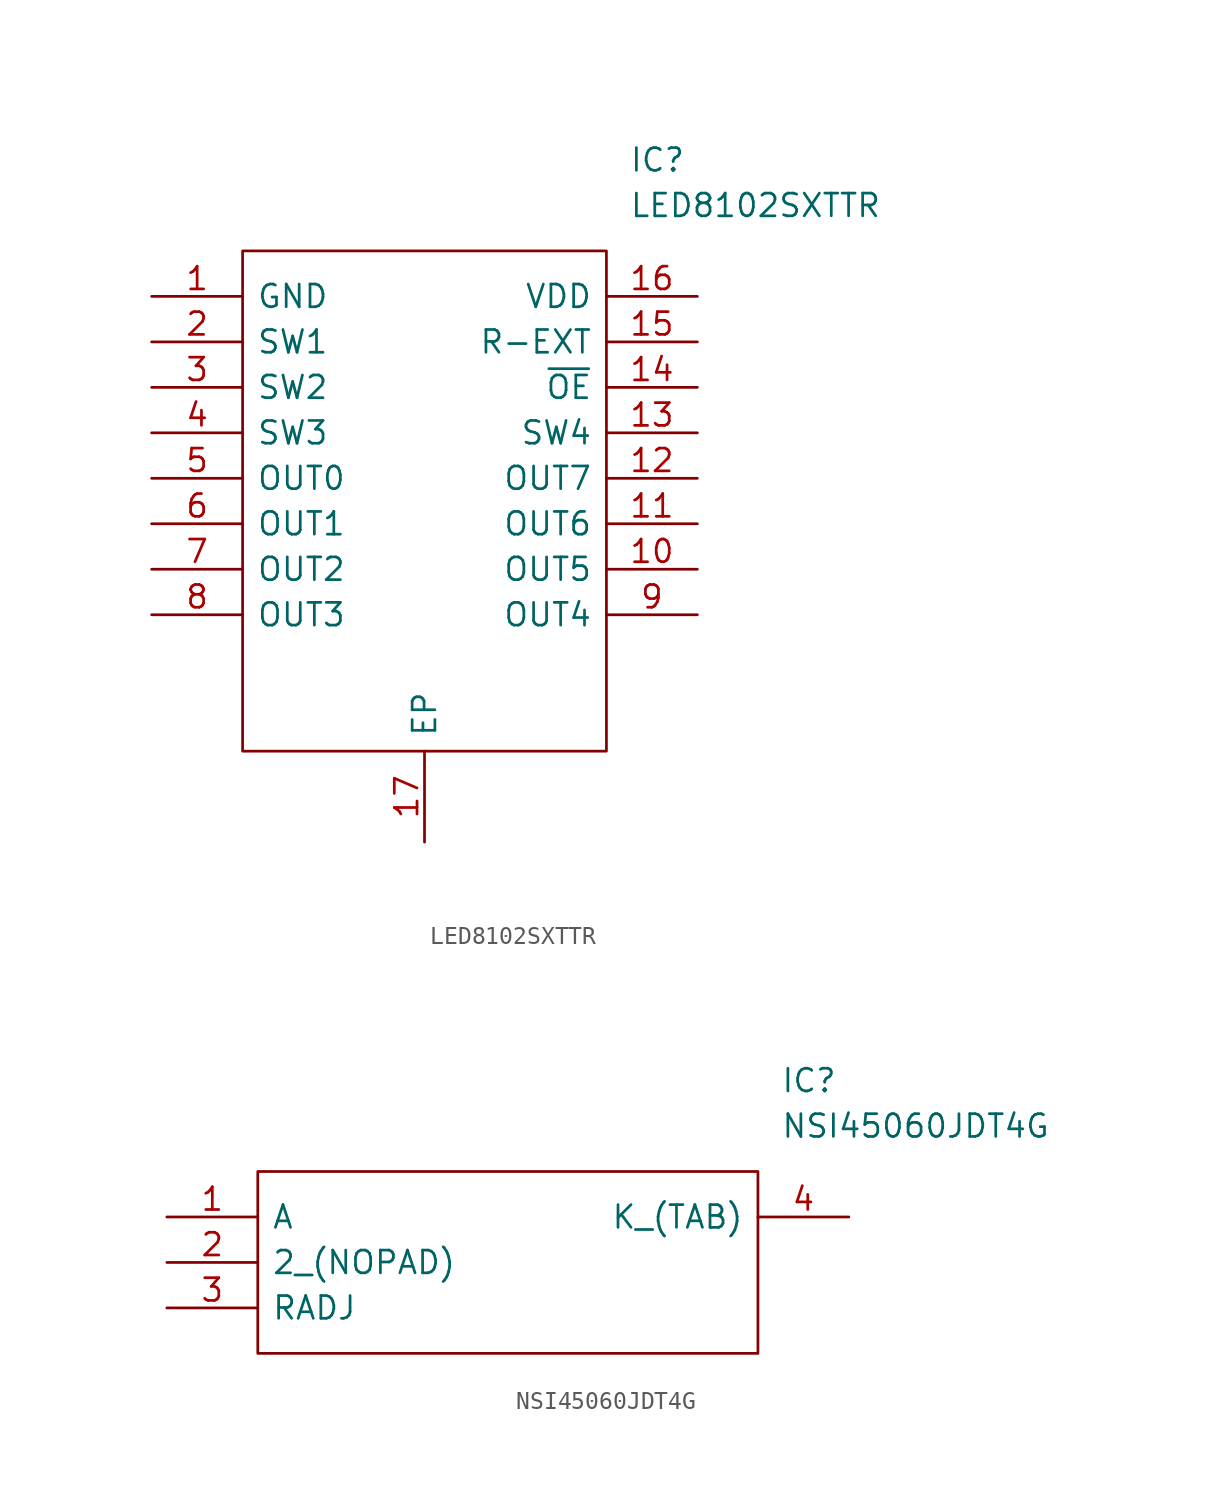
<source format=kicad_sym>
(kicad_symbol_lib
  (version 20220914)
  (generator kicad_symbol_editor)
  (symbol "LED8102SXTTR"
    (pin_names
      (offset 0.762))
    (property "Reference" "IC"
      (at 26.67 7.62 0)
      (effects (font (size 1.27 1.27)) (justify left)))
    (property "Value" "LED8102SXTTR"
      (at 26.67 5.08 0)
      (effects (font (size 1.27 1.27)) (justify left)))
    (symbol "LED8102SXTTR_0_0"
      (pin passive line (at 0 0 0) (length 5.08) (name "GND" (effects (font (size 1.27 1.27)))) (number "1" (effects (font (size 1.27 1.27)))))
      (pin passive line (at 30.48 -15.24 180) (length 5.08) (name "OUT5" (effects (font (size 1.27 1.27)))) (number "10" (effects (font (size 1.27 1.27)))))
      (pin passive line (at 30.48 -12.7 180) (length 5.08) (name "OUT6" (effects (font (size 1.27 1.27)))) (number "11" (effects (font (size 1.27 1.27)))))
      (pin passive line (at 30.48 -10.16 180) (length 5.08) (name "OUT7" (effects (font (size 1.27 1.27)))) (number "12" (effects (font (size 1.27 1.27)))))
      (pin passive line (at 30.48 -7.62 180) (length 5.08) (name "SW4" (effects (font (size 1.27 1.27)))) (number "13" (effects (font (size 1.27 1.27)))))
      (pin passive line (at 30.48 -5.08 180) (length 5.08) (name "~{OE}" (effects (font (size 1.27 1.27)))) (number "14" (effects (font (size 1.27 1.27)))))
      (pin passive line (at 30.48 -2.54 180) (length 5.08) (name "R-EXT" (effects (font (size 1.27 1.27)))) (number "15" (effects (font (size 1.27 1.27)))))
      (pin passive line (at 30.48 0 180) (length 5.08) (name "VDD" (effects (font (size 1.27 1.27)))) (number "16" (effects (font (size 1.27 1.27)))))
      (pin passive line (at 15.24 -30.48 90) (length 5.08) (name "EP" (effects (font (size 1.27 1.27)))) (number "17" (effects (font (size 1.27 1.27)))))
      (pin passive line (at 0 -2.54 0) (length 5.08) (name "SW1" (effects (font (size 1.27 1.27)))) (number "2" (effects (font (size 1.27 1.27)))))
      (pin passive line (at 0 -5.08 0) (length 5.08) (name "SW2" (effects (font (size 1.27 1.27)))) (number "3" (effects (font (size 1.27 1.27)))))
      (pin passive line (at 0 -7.62 0) (length 5.08) (name "SW3" (effects (font (size 1.27 1.27)))) (number "4" (effects (font (size 1.27 1.27)))))
      (pin passive line (at 0 -10.16 0) (length 5.08) (name "OUT0" (effects (font (size 1.27 1.27)))) (number "5" (effects (font (size 1.27 1.27)))))
      (pin passive line (at 0 -12.7 0) (length 5.08) (name "OUT1" (effects (font (size 1.27 1.27)))) (number "6" (effects (font (size 1.27 1.27)))))
      (pin passive line (at 0 -15.24 0) (length 5.08) (name "OUT2" (effects (font (size 1.27 1.27)))) (number "7" (effects (font (size 1.27 1.27)))))
      (pin passive line (at 0 -17.78 0) (length 5.08) (name "OUT3" (effects (font (size 1.27 1.27)))) (number "8" (effects (font (size 1.27 1.27)))))
      (pin passive line (at 30.48 -17.78 180) (length 5.08) (name "OUT4" (effects (font (size 1.27 1.27)))) (number "9" (effects (font (size 1.27 1.27))))))
    (symbol "LED8102SXTTR_0_1"
      (polyline (pts (xy 5.08 2.54) (xy 25.4 2.54) (xy 25.4 -25.4) (xy 5.08 -25.4) (xy 5.08 2.54)) (stroke (width 0.152) (type solid)) (fill (type none)))))
  (symbol "NSI45060JDT4G"
    (pin_names
      (offset 0.762))
    (property "Reference" "IC"
      (at 34.29 7.62 0)
      (effects (font (size 1.27 1.27)) (justify left)))
    (property "Value" "NSI45060JDT4G"
      (at 34.29 5.08 0)
      (effects (font (size 1.27 1.27)) (justify left)))
    (symbol "NSI45060JDT4G_0_0"
      (pin passive line (at 0 0 0) (length 5.08) (name "A" (effects (font (size 1.27 1.27)))) (number "1" (effects (font (size 1.27 1.27)))))
      (pin passive line (at 0 -2.54 0) (length 5.08) (name "2_(NOPAD)" (effects (font (size 1.27 1.27)))) (number "2" (effects (font (size 1.27 1.27)))))
      (pin passive line (at 0 -5.08 0) (length 5.08) (name "RADJ" (effects (font (size 1.27 1.27)))) (number "3" (effects (font (size 1.27 1.27)))))
      (pin passive line (at 38.1 0 180) (length 5.08) (name "K_(TAB)" (effects (font (size 1.27 1.27)))) (number "4" (effects (font (size 1.27 1.27))))))
    (symbol "NSI45060JDT4G_0_1"
      (polyline (pts (xy 5.08 2.54) (xy 33.02 2.54) (xy 33.02 -7.62) (xy 5.08 -7.62) (xy 5.08 2.54)) (stroke (width 0.152) (type solid)) (fill (type none))))))
</source>
